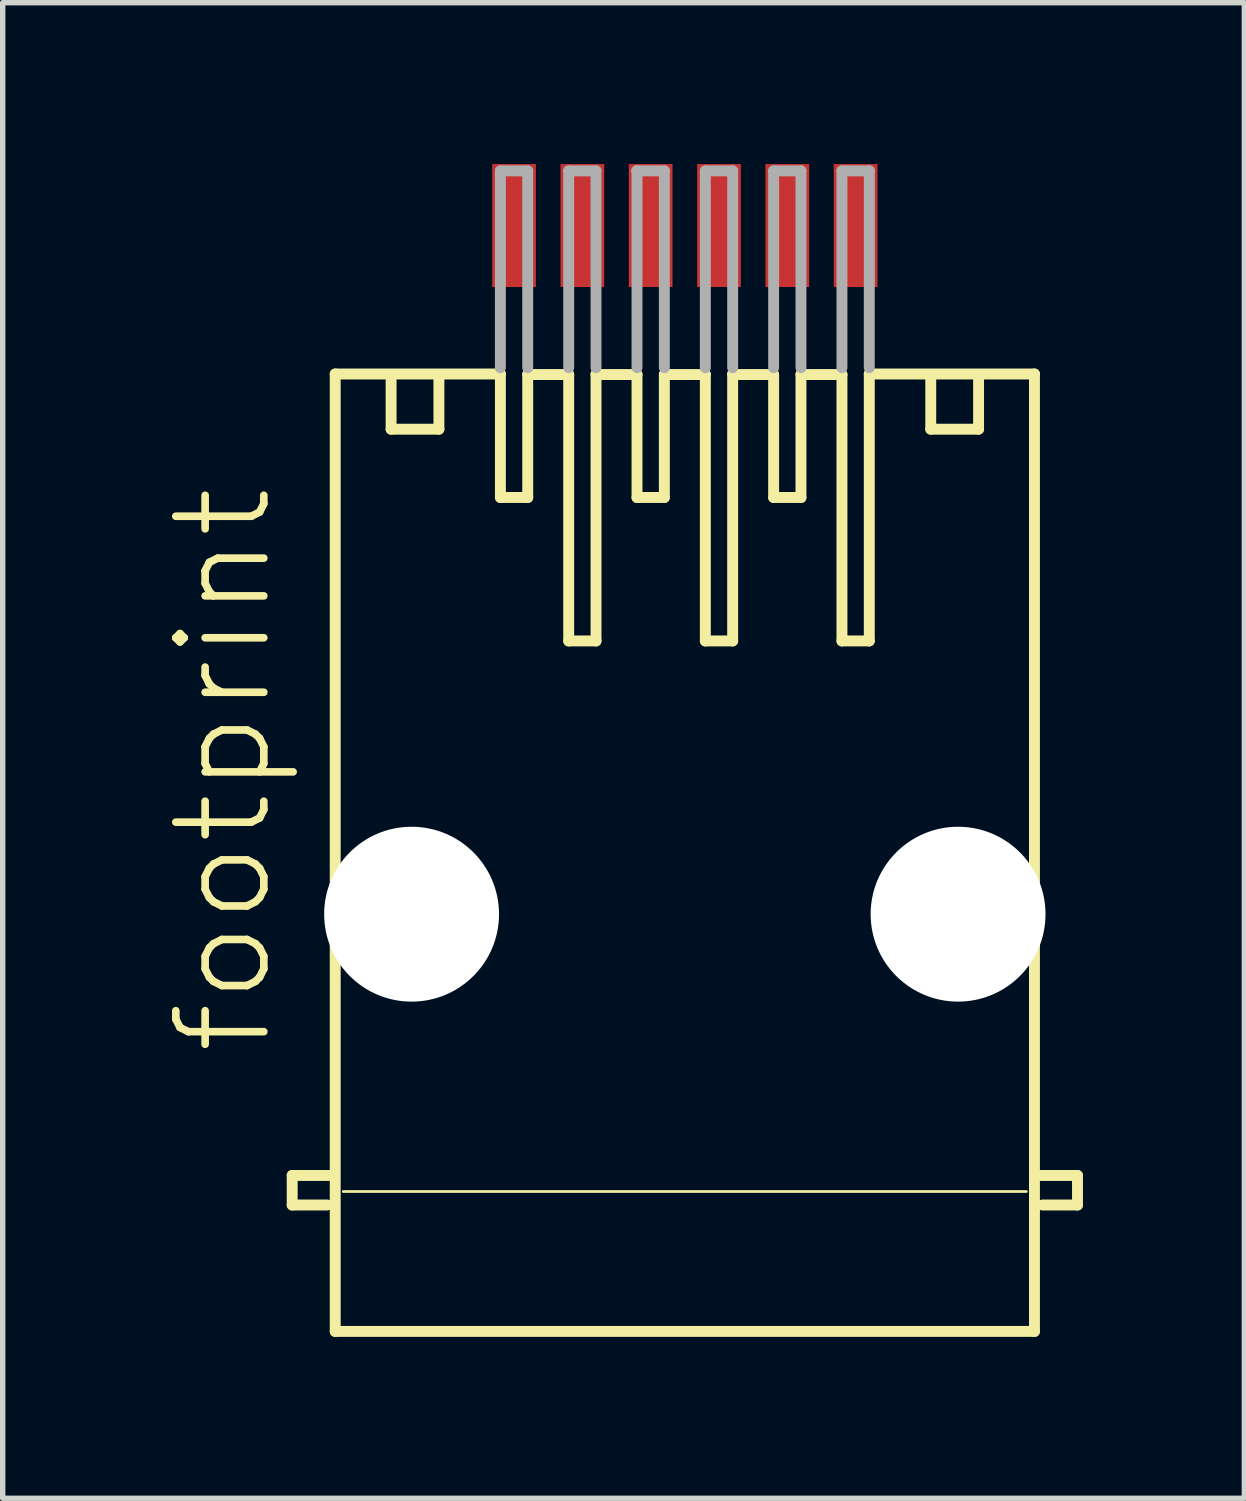
<source format=kicad_pcb>
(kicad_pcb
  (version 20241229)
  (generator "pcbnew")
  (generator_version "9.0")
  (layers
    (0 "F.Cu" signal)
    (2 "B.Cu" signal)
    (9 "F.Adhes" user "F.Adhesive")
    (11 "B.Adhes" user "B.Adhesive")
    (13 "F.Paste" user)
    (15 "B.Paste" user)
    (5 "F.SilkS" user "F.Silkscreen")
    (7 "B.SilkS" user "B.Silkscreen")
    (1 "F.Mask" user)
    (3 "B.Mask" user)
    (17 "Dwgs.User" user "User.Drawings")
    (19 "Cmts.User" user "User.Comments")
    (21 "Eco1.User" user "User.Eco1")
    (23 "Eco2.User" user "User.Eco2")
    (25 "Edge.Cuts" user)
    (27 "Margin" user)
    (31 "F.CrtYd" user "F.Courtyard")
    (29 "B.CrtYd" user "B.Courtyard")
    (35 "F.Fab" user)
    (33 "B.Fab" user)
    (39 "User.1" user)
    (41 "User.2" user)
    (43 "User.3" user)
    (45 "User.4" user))
  (footprint "footprint"
    (layer "F.Cu")
    (at 9.682 13.946)
    (property "Reference" "footprint" (at -7.62 2.667 90) (layer "F.SilkS") (effects (font (size 1.636 1.636) (thickness 0.142)) (justify left bottom)))
    (fp_line (start -7.3 4.857) (end -6.6 4.857) (stroke (width 0.203) (type solid)) (layer "F.SilkS"))
    (fp_line (start -7.3 5.407) (end -7.3 4.857) (stroke (width 0.203) (type solid)) (layer "F.SilkS"))
    (fp_line (start -6.65 5.407) (end -7.3 5.407) (stroke (width 0.203) (type solid)) (layer "F.SilkS"))
    (fp_line (start -6.5 -10.043) (end -3.429 -10.043) (stroke (width 0.203) (type solid)) (layer "F.SilkS"))
    (fp_line (start -6.5 7.757) (end -6.5 -10.043) (stroke (width 0.203) (type solid)) (layer "F.SilkS"))
    (fp_line (start -6.35 5.156) (end 6.35 5.156) (stroke (width 0.051) (type solid)) (layer "F.SilkS"))
    (fp_line (start -5.461 -10.033) (end -5.461 -9.017) (stroke (width 0.203) (type solid)) (layer "F.SilkS"))
    (fp_line (start -5.461 -9.017) (end -4.572 -9.017) (stroke (width 0.203) (type solid)) (layer "F.SilkS"))
    (fp_line (start -4.572 -9.017) (end -4.572 -10.033) (stroke (width 0.203) (type solid)) (layer "F.SilkS"))
    (fp_line (start -3.429 -10.043) (end -3.429 -7.747) (stroke (width 0.203) (type solid)) (layer "F.SilkS"))
    (fp_line (start -2.921 -10.033) (end -2.921 -7.747) (stroke (width 0.203) (type solid)) (layer "F.SilkS"))
    (fp_line (start -2.921 -10.033) (end -2.159 -10.033) (stroke (width 0.203) (type solid)) (layer "F.SilkS"))
    (fp_line (start -2.921 -7.747) (end -3.429 -7.747) (stroke (width 0.203) (type solid)) (layer "F.SilkS"))
    (fp_line (start -2.159 -5.08) (end -2.159 -10.033) (stroke (width 0.203) (type solid)) (layer "F.SilkS"))
    (fp_line (start -1.651 -10.033) (end -0.889 -10.033) (stroke (width 0.203) (type solid)) (layer "F.SilkS"))
    (fp_line (start -1.651 -5.08) (end -2.159 -5.08) (stroke (width 0.203) (type solid)) (layer "F.SilkS"))
    (fp_line (start -1.651 -5.08) (end -1.651 -10.043) (stroke (width 0.203) (type solid)) (layer "F.SilkS"))
    (fp_line (start -0.889 -10.033) (end -0.889 -7.747) (stroke (width 0.203) (type solid)) (layer "F.SilkS"))
    (fp_line (start -0.381 -10.033) (end -0.381 -7.747) (stroke (width 0.203) (type solid)) (layer "F.SilkS"))
    (fp_line (start -0.381 -10.033) (end 0.381 -10.033) (stroke (width 0.203) (type solid)) (layer "F.SilkS"))
    (fp_line (start -0.381 -7.747) (end -0.889 -7.747) (stroke (width 0.203) (type solid)) (layer "F.SilkS"))
    (fp_line (start 0.381 -5.08) (end 0.381 -10.033) (stroke (width 0.203) (type solid)) (layer "F.SilkS"))
    (fp_line (start 0.889 -10.033) (end 1.651 -10.033) (stroke (width 0.203) (type solid)) (layer "F.SilkS"))
    (fp_line (start 0.889 -5.08) (end 0.381 -5.08) (stroke (width 0.203) (type solid)) (layer "F.SilkS"))
    (fp_line (start 0.889 -5.08) (end 0.889 -10.043) (stroke (width 0.203) (type solid)) (layer "F.SilkS"))
    (fp_line (start 1.651 -10.033) (end 1.651 -7.747) (stroke (width 0.203) (type solid)) (layer "F.SilkS"))
    (fp_line (start 2.159 -10.033) (end 2.159 -7.747) (stroke (width 0.203) (type solid)) (layer "F.SilkS"))
    (fp_line (start 2.159 -10.033) (end 2.921 -10.033) (stroke (width 0.203) (type solid)) (layer "F.SilkS"))
    (fp_line (start 2.159 -7.747) (end 1.651 -7.747) (stroke (width 0.203) (type solid)) (layer "F.SilkS"))
    (fp_line (start 2.921 -5.08) (end 2.921 -10.033) (stroke (width 0.203) (type solid)) (layer "F.SilkS"))
    (fp_line (start 3.429 -10.043) (end 6.5 -10.043) (stroke (width 0.203) (type solid)) (layer "F.SilkS"))
    (fp_line (start 3.429 -5.08) (end 2.921 -5.08) (stroke (width 0.203) (type solid)) (layer "F.SilkS"))
    (fp_line (start 3.429 -5.08) (end 3.429 -10.043) (stroke (width 0.203) (type solid)) (layer "F.SilkS"))
    (fp_line (start 4.572 -9.017) (end 4.572 -10.033) (stroke (width 0.203) (type solid)) (layer "F.SilkS"))
    (fp_line (start 5.461 -10.033) (end 5.461 -9.017) (stroke (width 0.203) (type solid)) (layer "F.SilkS"))
    (fp_line (start 5.461 -9.017) (end 4.572 -9.017) (stroke (width 0.203) (type solid)) (layer "F.SilkS"))
    (fp_line (start 6.5 -10.043) (end 6.5 7.757) (stroke (width 0.203) (type solid)) (layer "F.SilkS"))
    (fp_line (start 6.5 7.757) (end -6.5 7.757) (stroke (width 0.203) (type solid)) (layer "F.SilkS"))
    (fp_line (start 6.65 5.407) (end 7.3 5.407) (stroke (width 0.203) (type solid)) (layer "F.SilkS"))
    (fp_line (start 7.3 4.857) (end 6.6 4.857) (stroke (width 0.203) (type solid)) (layer "F.SilkS"))
    (fp_line (start 7.3 5.407) (end 7.3 4.857) (stroke (width 0.203) (type solid)) (layer "F.SilkS"))
    (fp_line (start -3.429 -13.819) (end -3.429 -10.16) (stroke (width 0.203) (type solid)) (layer "F.Fab"))
    (fp_line (start -2.921 -13.819) (end -3.429 -13.819) (stroke (width 0.203) (type solid)) (layer "F.Fab"))
    (fp_line (start -2.921 -10.16) (end -2.921 -13.819) (stroke (width 0.203) (type solid)) (layer "F.Fab"))
    (fp_line (start -2.159 -13.819) (end -2.159 -10.16) (stroke (width 0.203) (type solid)) (layer "F.Fab"))
    (fp_line (start -1.651 -13.819) (end -2.159 -13.819) (stroke (width 0.203) (type solid)) (layer "F.Fab"))
    (fp_line (start -1.651 -10.16) (end -1.651 -13.819) (stroke (width 0.203) (type solid)) (layer "F.Fab"))
    (fp_line (start -0.889 -13.819) (end -0.896 -13.819) (stroke (width 0.203) (type solid)) (layer "F.Fab"))
    (fp_line (start -0.889 -13.819) (end -0.889 -10.16) (stroke (width 0.203) (type solid)) (layer "F.Fab"))
    (fp_line (start -0.381 -13.819) (end -0.889 -13.819) (stroke (width 0.203) (type solid)) (layer "F.Fab"))
    (fp_line (start -0.381 -10.16) (end -0.381 -13.819) (stroke (width 0.203) (type solid)) (layer "F.Fab"))
    (fp_line (start 0.381 -13.819) (end 0.381 -10.16) (stroke (width 0.203) (type solid)) (layer "F.Fab"))
    (fp_line (start 0.889 -13.819) (end 0.381 -13.819) (stroke (width 0.203) (type solid)) (layer "F.Fab"))
    (fp_line (start 0.889 -10.16) (end 0.889 -13.819) (stroke (width 0.203) (type solid)) (layer "F.Fab"))
    (fp_line (start 1.651 -13.819) (end 1.651 -10.16) (stroke (width 0.203) (type solid)) (layer "F.Fab"))
    (fp_line (start 2.159 -13.819) (end 1.651 -13.819) (stroke (width 0.203) (type solid)) (layer "F.Fab"))
    (fp_line (start 2.159 -10.16) (end 2.159 -13.819) (stroke (width 0.203) (type solid)) (layer "F.Fab"))
    (fp_line (start 2.921 -13.819) (end 2.921 -10.16) (stroke (width 0.203) (type solid)) (layer "F.Fab"))
    (fp_line (start 3.429 -13.819) (end 2.921 -13.819) (stroke (width 0.203) (type solid)) (layer "F.Fab"))
    (fp_line (start 3.429 -10.16) (end 3.429 -13.819) (stroke (width 0.203) (type solid)) (layer "F.Fab"))
    (pad "" np_thru_hole circle (at -5.08 0) (size 3.251 3.251) (drill 3.251) (layers "*.Cu" "*.Mask"))
    (pad "" np_thru_hole circle (at 5.08 0) (size 3.251 3.251) (drill 3.251) (layers "*.Cu" "*.Mask"))
    (pad "1" smd rect (at -3.175 -12.803) (size 0.813 2.286) (layers "F.Cu" "F.Mask" "F.Paste"))
    (pad "2" smd rect (at -1.905 -12.803) (size 0.813 2.286) (layers "F.Cu" "F.Mask" "F.Paste"))
    (pad "3" smd rect (at -0.635 -12.803) (size 0.813 2.286) (layers "F.Cu" "F.Mask" "F.Paste"))
    (pad "4" smd rect (at 0.635 -12.803) (size 0.813 2.286) (layers "F.Cu" "F.Mask" "F.Paste"))
    (pad "5" smd rect (at 1.905 -12.803) (size 0.813 2.286) (layers "F.Cu" "F.Mask" "F.Paste"))
    (pad "6" smd rect (at 3.175 -12.803) (size 0.813 2.286) (layers "F.Cu" "F.Mask" "F.Paste")))
  (gr_rect
    (start -3 -3)
    (end 20.084 24.805)
    (stroke (width 0.1) (type default))
    (fill no)
    (layer "Edge.Cuts")))
</source>
